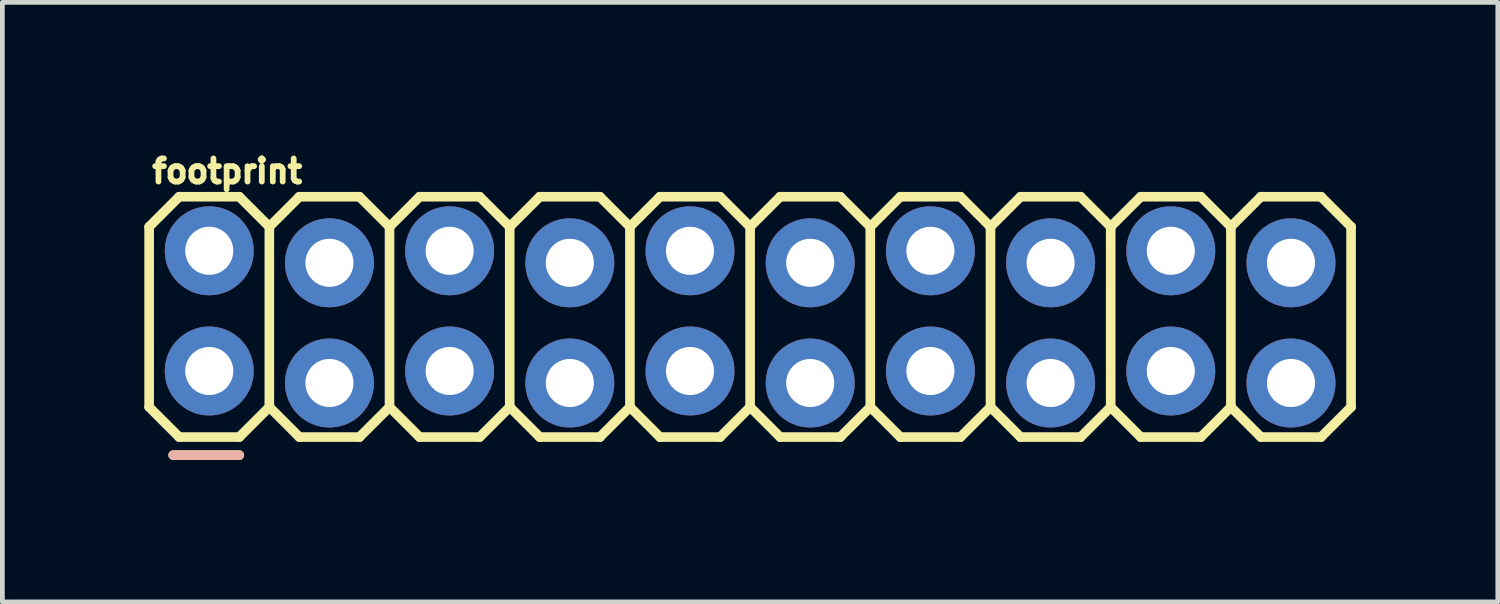
<source format=kicad_pcb>
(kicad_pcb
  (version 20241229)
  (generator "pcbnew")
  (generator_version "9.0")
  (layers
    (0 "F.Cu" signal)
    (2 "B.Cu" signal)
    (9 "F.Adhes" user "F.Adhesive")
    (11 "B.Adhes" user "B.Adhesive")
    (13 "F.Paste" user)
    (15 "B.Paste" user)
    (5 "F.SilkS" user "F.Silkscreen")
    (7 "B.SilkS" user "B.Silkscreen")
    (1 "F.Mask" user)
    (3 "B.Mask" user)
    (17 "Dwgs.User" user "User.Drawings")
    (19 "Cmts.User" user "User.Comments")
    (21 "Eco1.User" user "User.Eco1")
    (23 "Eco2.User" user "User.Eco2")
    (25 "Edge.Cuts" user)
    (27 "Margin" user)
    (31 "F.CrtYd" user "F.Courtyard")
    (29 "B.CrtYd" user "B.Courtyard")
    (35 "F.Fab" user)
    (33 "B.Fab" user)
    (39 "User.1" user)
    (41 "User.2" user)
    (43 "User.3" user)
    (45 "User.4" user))
  (footprint "footprint"
    (layer "F.Cu")
    (at 1.372 4.917)
    (property "Reference" "footprint" (at -1.27 -4.064 0) (layer "F.SilkS") (effects (font (size 0.488 0.488) (thickness 0.122)) (justify left bottom)))
    (fp_line (start -1.27 -3.175) (end -0.635 -3.81) (stroke (width 0.203) (type solid)) (layer "F.SilkS"))
    (fp_line (start -1.27 0.635) (end -1.27 -3.175) (stroke (width 0.203) (type solid)) (layer "F.SilkS"))
    (fp_line (start -1.27 0.635) (end -0.635 1.27) (stroke (width 0.203) (type solid)) (layer "F.SilkS"))
    (fp_line (start -0.762 1.651) (end 0.635 1.651) (stroke (width 0.203) (type solid)) (layer "F.SilkS"))
    (fp_line (start -0.635 -3.81) (end 0.635 -3.81) (stroke (width 0.203) (type solid)) (layer "F.SilkS"))
    (fp_line (start -0.635 1.27) (end 0.635 1.27) (stroke (width 0.203) (type solid)) (layer "F.SilkS"))
    (fp_line (start 0.635 -3.81) (end 1.27 -3.175) (stroke (width 0.203) (type solid)) (layer "F.SilkS"))
    (fp_line (start 0.635 1.27) (end 1.27 0.635) (stroke (width 0.203) (type solid)) (layer "F.SilkS"))
    (fp_line (start 1.27 -3.175) (end 1.27 0.635) (stroke (width 0.203) (type solid)) (layer "F.SilkS"))
    (fp_line (start 1.27 -3.175) (end 1.905 -3.81) (stroke (width 0.203) (type solid)) (layer "F.SilkS"))
    (fp_line (start 1.27 0.635) (end 1.905 1.27) (stroke (width 0.203) (type solid)) (layer "F.SilkS"))
    (fp_line (start 1.905 -3.81) (end 3.175 -3.81) (stroke (width 0.203) (type solid)) (layer "F.SilkS"))
    (fp_line (start 1.905 1.27) (end 3.175 1.27) (stroke (width 0.203) (type solid)) (layer "F.SilkS"))
    (fp_line (start 3.175 -3.81) (end 3.81 -3.175) (stroke (width 0.203) (type solid)) (layer "F.SilkS"))
    (fp_line (start 3.175 1.27) (end 3.81 0.635) (stroke (width 0.203) (type solid)) (layer "F.SilkS"))
    (fp_line (start 3.81 -3.175) (end 3.81 0.635) (stroke (width 0.203) (type solid)) (layer "F.SilkS"))
    (fp_line (start 3.81 -3.175) (end 4.445 -3.81) (stroke (width 0.203) (type solid)) (layer "F.SilkS"))
    (fp_line (start 3.81 0.635) (end 4.445 1.27) (stroke (width 0.203) (type solid)) (layer "F.SilkS"))
    (fp_line (start 4.445 -3.81) (end 5.715 -3.81) (stroke (width 0.203) (type solid)) (layer "F.SilkS"))
    (fp_line (start 4.445 1.27) (end 5.715 1.27) (stroke (width 0.203) (type solid)) (layer "F.SilkS"))
    (fp_line (start 5.715 -3.81) (end 6.35 -3.175) (stroke (width 0.203) (type solid)) (layer "F.SilkS"))
    (fp_line (start 5.715 1.27) (end 6.35 0.635) (stroke (width 0.203) (type solid)) (layer "F.SilkS"))
    (fp_line (start 6.35 -3.175) (end 6.35 0.635) (stroke (width 0.203) (type solid)) (layer "F.SilkS"))
    (fp_line (start 6.35 -3.175) (end 6.985 -3.81) (stroke (width 0.203) (type solid)) (layer "F.SilkS"))
    (fp_line (start 6.35 0.635) (end 6.985 1.27) (stroke (width 0.203) (type solid)) (layer "F.SilkS"))
    (fp_line (start 6.985 -3.81) (end 8.255 -3.81) (stroke (width 0.203) (type solid)) (layer "F.SilkS"))
    (fp_line (start 6.985 1.27) (end 8.255 1.27) (stroke (width 0.203) (type solid)) (layer "F.SilkS"))
    (fp_line (start 8.255 -3.81) (end 8.89 -3.175) (stroke (width 0.203) (type solid)) (layer "F.SilkS"))
    (fp_line (start 8.255 1.27) (end 8.89 0.635) (stroke (width 0.203) (type solid)) (layer "F.SilkS"))
    (fp_line (start 8.89 -3.175) (end 8.89 0.635) (stroke (width 0.203) (type solid)) (layer "F.SilkS"))
    (fp_line (start 8.89 -3.175) (end 9.525 -3.81) (stroke (width 0.203) (type solid)) (layer "F.SilkS"))
    (fp_line (start 8.89 0.635) (end 9.525 1.27) (stroke (width 0.203) (type solid)) (layer "F.SilkS"))
    (fp_line (start 9.525 -3.81) (end 10.795 -3.81) (stroke (width 0.203) (type solid)) (layer "F.SilkS"))
    (fp_line (start 9.525 1.27) (end 10.795 1.27) (stroke (width 0.203) (type solid)) (layer "F.SilkS"))
    (fp_line (start 10.795 -3.81) (end 11.43 -3.175) (stroke (width 0.203) (type solid)) (layer "F.SilkS"))
    (fp_line (start 10.795 1.27) (end 11.43 0.635) (stroke (width 0.203) (type solid)) (layer "F.SilkS"))
    (fp_line (start 11.43 -3.175) (end 11.43 0.635) (stroke (width 0.203) (type solid)) (layer "F.SilkS"))
    (fp_line (start 11.43 -3.175) (end 12.065 -3.81) (stroke (width 0.203) (type solid)) (layer "F.SilkS"))
    (fp_line (start 11.43 0.635) (end 12.065 1.27) (stroke (width 0.203) (type solid)) (layer "F.SilkS"))
    (fp_line (start 12.065 -3.81) (end 13.335 -3.81) (stroke (width 0.203) (type solid)) (layer "F.SilkS"))
    (fp_line (start 12.065 1.27) (end 13.335 1.27) (stroke (width 0.203) (type solid)) (layer "F.SilkS"))
    (fp_line (start 13.335 -3.81) (end 13.97 -3.175) (stroke (width 0.203) (type solid)) (layer "F.SilkS"))
    (fp_line (start 13.335 1.27) (end 13.97 0.635) (stroke (width 0.203) (type solid)) (layer "F.SilkS"))
    (fp_line (start 13.97 -3.175) (end 13.97 0.635) (stroke (width 0.203) (type solid)) (layer "F.SilkS"))
    (fp_line (start 13.97 -3.175) (end 14.605 -3.81) (stroke (width 0.203) (type solid)) (layer "F.SilkS"))
    (fp_line (start 13.97 0.635) (end 14.605 1.27) (stroke (width 0.203) (type solid)) (layer "F.SilkS"))
    (fp_line (start 14.605 -3.81) (end 15.875 -3.81) (stroke (width 0.203) (type solid)) (layer "F.SilkS"))
    (fp_line (start 14.605 1.27) (end 15.875 1.27) (stroke (width 0.203) (type solid)) (layer "F.SilkS"))
    (fp_line (start 15.875 -3.81) (end 16.51 -3.175) (stroke (width 0.203) (type solid)) (layer "F.SilkS"))
    (fp_line (start 16.51 -3.175) (end 16.51 0.635) (stroke (width 0.203) (type solid)) (layer "F.SilkS"))
    (fp_line (start 16.51 -3.175) (end 17.145 -3.81) (stroke (width 0.203) (type solid)) (layer "F.SilkS"))
    (fp_line (start 16.51 0.635) (end 15.875 1.27) (stroke (width 0.203) (type solid)) (layer "F.SilkS"))
    (fp_line (start 16.51 0.635) (end 17.145 1.27) (stroke (width 0.203) (type solid)) (layer "F.SilkS"))
    (fp_line (start 17.145 -3.81) (end 18.415 -3.81) (stroke (width 0.203) (type solid)) (layer "F.SilkS"))
    (fp_line (start 17.145 1.27) (end 18.415 1.27) (stroke (width 0.203) (type solid)) (layer "F.SilkS"))
    (fp_line (start 18.415 -3.81) (end 19.05 -3.175) (stroke (width 0.203) (type solid)) (layer "F.SilkS"))
    (fp_line (start 19.05 -3.175) (end 19.05 0.635) (stroke (width 0.203) (type solid)) (layer "F.SilkS"))
    (fp_line (start 19.05 -3.175) (end 19.685 -3.81) (stroke (width 0.203) (type solid)) (layer "F.SilkS"))
    (fp_line (start 19.05 0.635) (end 18.415 1.27) (stroke (width 0.203) (type solid)) (layer "F.SilkS"))
    (fp_line (start 19.05 0.635) (end 19.685 1.27) (stroke (width 0.203) (type solid)) (layer "F.SilkS"))
    (fp_line (start 19.685 -3.81) (end 20.955 -3.81) (stroke (width 0.203) (type solid)) (layer "F.SilkS"))
    (fp_line (start 19.685 1.27) (end 20.955 1.27) (stroke (width 0.203) (type solid)) (layer "F.SilkS"))
    (fp_line (start 20.955 -3.81) (end 21.59 -3.175) (stroke (width 0.203) (type solid)) (layer "F.SilkS"))
    (fp_line (start 21.59 -3.175) (end 21.59 0.635) (stroke (width 0.203) (type solid)) (layer "F.SilkS"))
    (fp_line (start 21.59 -3.175) (end 22.225 -3.81) (stroke (width 0.203) (type solid)) (layer "F.SilkS"))
    (fp_line (start 21.59 0.635) (end 20.955 1.27) (stroke (width 0.203) (type solid)) (layer "F.SilkS"))
    (fp_line (start 21.59 0.635) (end 22.225 1.27) (stroke (width 0.203) (type solid)) (layer "F.SilkS"))
    (fp_line (start 22.225 -3.81) (end 23.495 -3.81) (stroke (width 0.203) (type solid)) (layer "F.SilkS"))
    (fp_line (start 22.225 1.27) (end 23.495 1.27) (stroke (width 0.203) (type solid)) (layer "F.SilkS"))
    (fp_line (start 23.495 -3.81) (end 24.13 -3.175) (stroke (width 0.203) (type solid)) (layer "F.SilkS"))
    (fp_line (start 24.13 -3.175) (end 24.13 0.635) (stroke (width 0.203) (type solid)) (layer "F.SilkS"))
    (fp_line (start 24.13 0.635) (end 23.495 1.27) (stroke (width 0.203) (type solid)) (layer "F.SilkS"))
    (fp_line (start 0.635 1.651) (end -0.762 1.651) (stroke (width 0.203) (type solid)) (layer "B.SilkS"))
    (fp_poly (pts (xy -0.254 -2.286) (xy 0.254 -2.286) (xy 0.254 -2.794) (xy -0.254 -2.794)) (stroke (width 0.1) (type solid)) (fill no) (layer "F.Fab"))
    (fp_poly (pts (xy -0.254 0.254) (xy 0.254 0.254) (xy 0.254 -0.254) (xy -0.254 -0.254)) (stroke (width 0.1) (type solid)) (fill no) (layer "F.Fab"))
    (fp_poly (pts (xy 2.286 -2.286) (xy 2.794 -2.286) (xy 2.794 -2.794) (xy 2.286 -2.794)) (stroke (width 0.1) (type solid)) (fill no) (layer "F.Fab"))
    (fp_poly (pts (xy 2.286 0.254) (xy 2.794 0.254) (xy 2.794 -0.254) (xy 2.286 -0.254)) (stroke (width 0.1) (type solid)) (fill no) (layer "F.Fab"))
    (fp_poly (pts (xy 4.826 -2.286) (xy 5.334 -2.286) (xy 5.334 -2.794) (xy 4.826 -2.794)) (stroke (width 0.1) (type solid)) (fill no) (layer "F.Fab"))
    (fp_poly (pts (xy 4.826 0.254) (xy 5.334 0.254) (xy 5.334 -0.254) (xy 4.826 -0.254)) (stroke (width 0.1) (type solid)) (fill no) (layer "F.Fab"))
    (fp_poly (pts (xy 7.366 -2.286) (xy 7.874 -2.286) (xy 7.874 -2.794) (xy 7.366 -2.794)) (stroke (width 0.1) (type solid)) (fill no) (layer "F.Fab"))
    (fp_poly (pts (xy 7.366 0.254) (xy 7.874 0.254) (xy 7.874 -0.254) (xy 7.366 -0.254)) (stroke (width 0.1) (type solid)) (fill no) (layer "F.Fab"))
    (fp_poly (pts (xy 9.906 -2.286) (xy 10.414 -2.286) (xy 10.414 -2.794) (xy 9.906 -2.794)) (stroke (width 0.1) (type solid)) (fill no) (layer "F.Fab"))
    (fp_poly (pts (xy 9.906 0.254) (xy 10.414 0.254) (xy 10.414 -0.254) (xy 9.906 -0.254)) (stroke (width 0.1) (type solid)) (fill no) (layer "F.Fab"))
    (fp_poly (pts (xy 12.446 -2.286) (xy 12.954 -2.286) (xy 12.954 -2.794) (xy 12.446 -2.794)) (stroke (width 0.1) (type solid)) (fill no) (layer "F.Fab"))
    (fp_poly (pts (xy 12.446 0.254) (xy 12.954 0.254) (xy 12.954 -0.254) (xy 12.446 -0.254)) (stroke (width 0.1) (type solid)) (fill no) (layer "F.Fab"))
    (fp_poly (pts (xy 14.986 -2.286) (xy 15.494 -2.286) (xy 15.494 -2.794) (xy 14.986 -2.794)) (stroke (width 0.1) (type solid)) (fill no) (layer "F.Fab"))
    (fp_poly (pts (xy 14.986 0.254) (xy 15.494 0.254) (xy 15.494 -0.254) (xy 14.986 -0.254)) (stroke (width 0.1) (type solid)) (fill no) (layer "F.Fab"))
    (fp_poly (pts (xy 17.526 -2.286) (xy 18.034 -2.286) (xy 18.034 -2.794) (xy 17.526 -2.794)) (stroke (width 0.1) (type solid)) (fill no) (layer "F.Fab"))
    (fp_poly (pts (xy 17.526 0.254) (xy 18.034 0.254) (xy 18.034 -0.254) (xy 17.526 -0.254)) (stroke (width 0.1) (type solid)) (fill no) (layer "F.Fab"))
    (fp_poly (pts (xy 20.066 -2.286) (xy 20.574 -2.286) (xy 20.574 -2.794) (xy 20.066 -2.794)) (stroke (width 0.1) (type solid)) (fill no) (layer "F.Fab"))
    (fp_poly (pts (xy 20.066 0.254) (xy 20.574 0.254) (xy 20.574 -0.254) (xy 20.066 -0.254)) (stroke (width 0.1) (type solid)) (fill no) (layer "F.Fab"))
    (fp_poly (pts (xy 22.606 -2.286) (xy 23.114 -2.286) (xy 23.114 -2.794) (xy 22.606 -2.794)) (stroke (width 0.1) (type solid)) (fill no) (layer "F.Fab"))
    (fp_poly (pts (xy 22.606 0.254) (xy 23.114 0.254) (xy 23.114 -0.254) (xy 22.606 -0.254)) (stroke (width 0.1) (type solid)) (fill no) (layer "F.Fab"))
    (pad "1" thru_hole circle (at 0 -0.127) (size 1.88 1.88) (drill 1.016) (layers "*.Cu" "*.Mask"))
    (pad "2" thru_hole circle (at 0 -2.667) (size 1.88 1.88) (drill 1.016) (layers "*.Cu" "*.Mask"))
    (pad "3" thru_hole circle (at 2.54 0.127) (size 1.88 1.88) (drill 1.016) (layers "*.Cu" "*.Mask"))
    (pad "4" thru_hole circle (at 2.54 -2.413) (size 1.88 1.88) (drill 1.016) (layers "*.Cu" "*.Mask"))
    (pad "5" thru_hole circle (at 5.08 -0.127) (size 1.88 1.88) (drill 1.016) (layers "*.Cu" "*.Mask"))
    (pad "6" thru_hole circle (at 5.08 -2.667) (size 1.88 1.88) (drill 1.016) (layers "*.Cu" "*.Mask"))
    (pad "7" thru_hole circle (at 7.62 0.127) (size 1.88 1.88) (drill 1.016) (layers "*.Cu" "*.Mask"))
    (pad "8" thru_hole circle (at 7.62 -2.413) (size 1.88 1.88) (drill 1.016) (layers "*.Cu" "*.Mask"))
    (pad "9" thru_hole circle (at 10.16 -0.127) (size 1.88 1.88) (drill 1.016) (layers "*.Cu" "*.Mask"))
    (pad "10" thru_hole circle (at 10.16 -2.667) (size 1.88 1.88) (drill 1.016) (layers "*.Cu" "*.Mask"))
    (pad "11" thru_hole circle (at 12.7 0.127) (size 1.88 1.88) (drill 1.016) (layers "*.Cu" "*.Mask"))
    (pad "12" thru_hole circle (at 12.7 -2.413) (size 1.88 1.88) (drill 1.016) (layers "*.Cu" "*.Mask"))
    (pad "13" thru_hole circle (at 15.24 -0.127) (size 1.88 1.88) (drill 1.016) (layers "*.Cu" "*.Mask"))
    (pad "14" thru_hole circle (at 15.24 -2.667) (size 1.88 1.88) (drill 1.016) (layers "*.Cu" "*.Mask"))
    (pad "15" thru_hole circle (at 17.78 0.127) (size 1.88 1.88) (drill 1.016) (layers "*.Cu" "*.Mask"))
    (pad "16" thru_hole circle (at 17.78 -2.413) (size 1.88 1.88) (drill 1.016) (layers "*.Cu" "*.Mask"))
    (pad "17" thru_hole circle (at 20.32 -0.127) (size 1.88 1.88) (drill 1.016) (layers "*.Cu" "*.Mask"))
    (pad "18" thru_hole circle (at 20.32 -2.667) (size 1.88 1.88) (drill 1.016) (layers "*.Cu" "*.Mask"))
    (pad "19" thru_hole circle (at 22.86 0.127) (size 1.88 1.88) (drill 1.016) (layers "*.Cu" "*.Mask"))
    (pad "20" thru_hole circle (at 22.86 -2.413) (size 1.88 1.88) (drill 1.016) (layers "*.Cu" "*.Mask")))
  (gr_rect
    (start -3 -3)
    (end 28.603 9.67)
    (stroke (width 0.1) (type default))
    (fill no)
    (layer "Edge.Cuts")))
</source>
